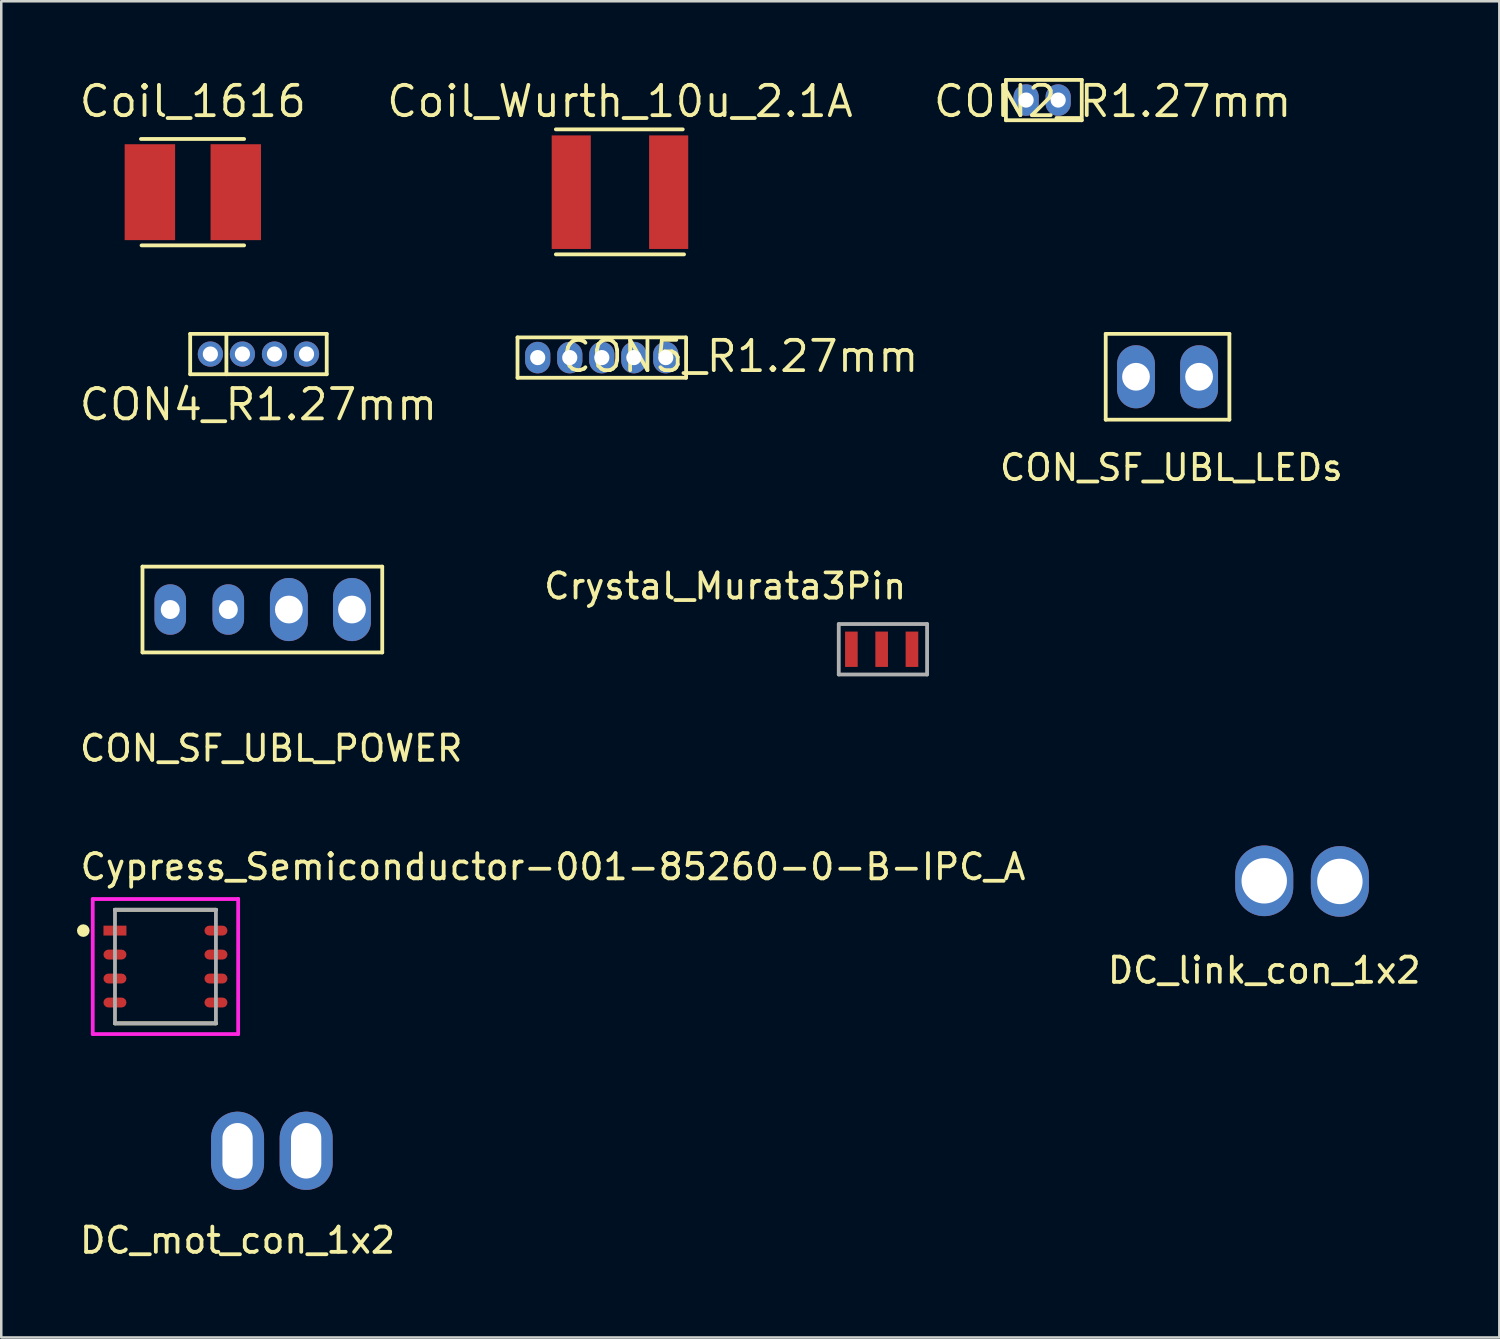
<source format=kicad_pcb>
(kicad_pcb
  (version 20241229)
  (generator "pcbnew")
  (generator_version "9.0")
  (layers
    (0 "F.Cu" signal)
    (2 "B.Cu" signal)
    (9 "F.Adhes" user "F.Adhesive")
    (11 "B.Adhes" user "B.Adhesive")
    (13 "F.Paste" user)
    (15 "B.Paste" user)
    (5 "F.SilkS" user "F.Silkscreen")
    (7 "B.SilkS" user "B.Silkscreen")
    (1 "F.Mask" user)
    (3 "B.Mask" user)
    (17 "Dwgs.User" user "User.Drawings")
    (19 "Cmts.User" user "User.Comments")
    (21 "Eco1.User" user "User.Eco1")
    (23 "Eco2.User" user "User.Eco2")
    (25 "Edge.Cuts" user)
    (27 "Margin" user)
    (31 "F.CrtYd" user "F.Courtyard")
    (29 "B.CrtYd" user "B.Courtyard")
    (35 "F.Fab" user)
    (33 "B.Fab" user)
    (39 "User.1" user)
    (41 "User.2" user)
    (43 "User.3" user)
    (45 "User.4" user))
  (footprint "CON_SF_UBL_POWER"
    (layer "F.Cu")
    (at 7.696 26.102)
    (property "Reference" "CON_SF_UBL_POWER" (at 0 0.5 0) (layer "F.SilkS") (effects (font (size 1 1) (thickness 0.15))))
    (attr through_hole)
    (fp_line (start -5.1 -6.7) (end 4.4 -6.7) (stroke (width 0.15) (type solid)) (layer "F.SilkS"))
    (fp_line (start -5.1 -3.3) (end -5.1 -6.7) (stroke (width 0.15) (type solid)) (layer "F.SilkS"))
    (fp_line (start 4.4 -6.7) (end 4.4 -3.3) (stroke (width 0.15) (type solid)) (layer "F.SilkS"))
    (fp_line (start 4.4 -3.3) (end -5.1 -3.3) (stroke (width 0.15) (type solid)) (layer "F.SilkS"))
    (pad "1" thru_hole oval (at -4 -5) (size 1.25 2) (drill 0.75) (layers "*.Cu" "*.Mask"))
    (pad "2" thru_hole oval (at -1.7 -5) (size 1.25 2) (drill 0.75) (layers "*.Cu" "*.Mask"))
    (pad "3" thru_hole oval (at 0.7 -5) (size 1.5 2.5) (drill 1.1) (layers "*.Cu" "*.Mask"))
    (pad "4" thru_hole oval (at 3.2 -5) (size 1.5 2.5) (drill 1.1) (layers "*.Cu" "*.Mask")))
  (footprint "Coil_1616"
    (layer "F.Cu")
    (at 4.591 4.565)
    (property "Reference" "Coil_1616" (at 0 -3.6 0) (layer "F.SilkS") (effects (font (size 1.2 1.2) (thickness 0.15))))
    (attr through_hole)
    (fp_line (start -2.033 2.108) (end 2.032 2.108) (stroke (width 0.15) (type solid)) (layer "F.SilkS"))
    (fp_line (start 2.032 -2.108) (end -2.057 -2.108) (stroke (width 0.15) (type solid)) (layer "F.SilkS"))
    (pad "1" smd rect (at -1.702 0 270) (size 3.8 2) (layers "F.Cu" "F.Mask" "F.Paste"))
    (pad "2" smd rect (at 1.702 0 270) (size 3.8 2) (layers "F.Cu" "F.Mask" "F.Paste")))
  (footprint "Crystal_Murata3Pin"
    (layer "F.Cu")
    (at 30.685 22.676)
    (property "Reference" "Crystal_Murata3Pin" (at -5 -2.5 0) (layer "F.SilkS") (effects (font (size 1 1) (thickness 0.15))))
    (attr through_hole)
    (fp_line (start -0.5 -1) (end -0.5 1) (stroke (width 0.15) (type solid)) (layer "F.Fab"))
    (fp_line (start -0.5 1) (end 3 1) (stroke (width 0.15) (type solid)) (layer "F.Fab"))
    (fp_line (start 3 -1) (end -0.5 -1) (stroke (width 0.15) (type solid)) (layer "F.Fab"))
    (fp_line (start 3 1) (end 3 -1) (stroke (width 0.15) (type solid)) (layer "F.Fab"))
    (pad "1" smd rect (at 0 0) (size 0.5 1.4) (layers "F.Cu" "F.Mask" "F.Paste"))
    (pad "2" smd rect (at 1.2 0) (size 0.5 1.4) (layers "F.Cu" "F.Mask" "F.Paste"))
    (pad "3" smd rect (at 2.4 0) (size 0.5 1.4) (layers "F.Cu" "F.Mask" "F.Paste")))
  (footprint "CON_SF_UBL_LEDs"
    (layer "F.Cu")
    (at 43.363 14.979)
    (property "Reference" "CON_SF_UBL_LEDs" (at 0 0.5 0) (layer "F.SilkS") (effects (font (size 1 1) (thickness 0.15))))
    (attr through_hole)
    (fp_line (start -2.6 -4.8) (end 2.3 -4.8) (stroke (width 0.15) (type solid)) (layer "F.SilkS"))
    (fp_line (start -2.6 -1.4) (end -2.6 -4.8) (stroke (width 0.15) (type solid)) (layer "F.SilkS"))
    (fp_line (start 2.3 -4.8) (end 2.3 -1.4) (stroke (width 0.15) (type solid)) (layer "F.SilkS"))
    (fp_line (start 2.3 -1.4) (end -2.6 -1.4) (stroke (width 0.15) (type solid)) (layer "F.SilkS"))
    (pad "1" thru_hole oval (at -1.4 -3.1) (size 1.5 2.5) (drill 1.1) (layers "*.Cu" "*.Mask"))
    (pad "2" thru_hole oval (at 1.1 -3.1) (size 1.5 2.5) (drill 1.1) (layers "*.Cu" "*.Mask")))
  (footprint "DC_link_con_1x2"
    (layer "F.Cu")
    (at 47.044 34.899)
    (property "Reference" "DC_link_con_1x2" (at 0 0.5 0) (layer "F.SilkS") (effects (font (size 1 1) (thickness 0.15))))
    (attr through_hole)
    (pad "1" thru_hole oval (at 0 -3.048) (size 2.3 2.8) (drill oval 1.8) (layers "*.Cu" "*.Mask"))
    (pad "2" thru_hole oval (at 2.997 -3.023) (size 2.3 2.8) (drill oval 1.8) (layers "*.Cu" "*.Mask")))
  (footprint "CON4_R1.27mm"
    (layer "F.Cu")
    (at 7.191 10.979)
    (property "Reference" "CON4_R1.27mm" (at 0 2 0) (layer "F.SilkS") (effects (font (size 1.2 1.2) (thickness 0.15))))
    (attr through_hole)
    (fp_line (start -2.705 -0.8) (end 2.705 -0.8) (stroke (width 0.15) (type solid)) (layer "F.SilkS"))
    (fp_line (start -2.705 0.8) (end -2.705 -0.8) (stroke (width 0.15) (type solid)) (layer "F.SilkS"))
    (fp_line (start -1.27 -0.8) (end -1.27 0.8) (stroke (width 0.15) (type solid)) (layer "F.SilkS"))
    (fp_line (start 2.705 -0.8) (end 2.705 0.8) (stroke (width 0.15) (type solid)) (layer "F.SilkS"))
    (fp_line (start 2.705 0.8) (end -2.705 0.8) (stroke (width 0.15) (type solid)) (layer "F.SilkS"))
    (pad "1" thru_hole circle (at -1.905 0) (size 1 1) (drill 0.6) (layers "*.Cu" "*.Mask"))
    (pad "2" thru_hole circle (at -0.635 0) (size 1 1) (drill 0.6) (layers "*.Cu" "*.Mask"))
    (pad "3" thru_hole circle (at 0.635 0) (size 1 1) (drill 0.6) (layers "*.Cu" "*.Mask"))
    (pad "4" thru_hole circle (at 1.905 0) (size 1 1) (drill 0.6) (layers "*.Cu" "*.Mask")))
  (footprint "Coil_Wurth_10u_2.1A"
    (layer "F.Cu")
    (at 21.515 4.565)
    (property "Reference" "Coil_Wurth_10u_2.1A" (at 0 -3.6 0) (layer "F.SilkS") (effects (font (size 1.2 1.2) (thickness 0.15))))
    (attr through_hole)
    (fp_line (start -2.54 2.464) (end 2.54 2.464) (stroke (width 0.15) (type solid)) (layer "F.SilkS"))
    (fp_line (start 2.489 -2.489) (end -2.54 -2.489) (stroke (width 0.15) (type solid)) (layer "F.SilkS"))
    (pad "1" smd rect (at -1.93 0 270) (size 4.5 1.55) (layers "F.Cu" "F.Mask" "F.Paste"))
    (pad "2" smd rect (at 1.93 0 270) (size 4.5 1.55) (layers "F.Cu" "F.Mask" "F.Paste")))
  (footprint "CON2_R1.27mm"
    (layer "F.Cu")
    (at 38.264 0.915)
    (property "Reference" "CON2_R1.27mm" (at 2.775 0.05 0) (layer "F.SilkS") (effects (font (size 1.2 1.2) (thickness 0.15))))
    (attr through_hole)
    (fp_line (start -1.455 -0.8) (end 1.55 -0.8) (stroke (width 0.15) (type solid)) (layer "F.SilkS"))
    (fp_line (start -1.455 0.8) (end -1.455 -0.8) (stroke (width 0.15) (type solid)) (layer "F.SilkS"))
    (fp_line (start 1.55 -0.8) (end 1.55 0.8) (stroke (width 0.15) (type solid)) (layer "F.SilkS"))
    (fp_line (start 1.55 0.8) (end -1.455 0.8) (stroke (width 0.15) (type solid)) (layer "F.SilkS"))
    (pad "1" thru_hole oval (at -0.655 0) (size 1 1.25) (drill 0.6) (layers "*.Cu" "*.Mask"))
    (pad "2" thru_hole oval (at 0.615 0) (size 1 1.25) (drill 0.6) (layers "*.Cu" "*.Mask")))
  (footprint "DC_mot_con_1x2"
    (layer "F.Cu")
    (at 6.363 45.597)
    (property "Reference" "DC_mot_con_1x2" (at 0 0.5 0) (layer "F.SilkS") (effects (font (size 1 1) (thickness 0.15))))
    (attr through_hole)
    (pad "1" thru_hole oval (at 0 -3.048) (size 2.1 3.1) (drill oval 1.2 2.2) (layers "*.Cu" "*.Mask"))
    (pad "2" thru_hole oval (at 2.718 -3.048) (size 2.1 3.1) (drill oval 1.2 2.2) (layers "*.Cu" "*.Mask")))
  (footprint "Cypress_Semiconductor-001-85260-0-B-IPC_A"
    (layer "F.Cu")
    (at 3.506 35.249)
    (property "Reference" "Cypress_Semiconductor-001-85260-0-B-IPC_A" (at -3.456 -3.95 0) (layer "F.SilkS") (effects (font (size 1 1) (thickness 0.15)) (justify left)))
    (attr through_hole)
    (fp_line (start -2 -2.25) (end -2 -2.25) (stroke (width 0.15) (type solid)) (layer "F.SilkS"))
    (fp_line (start -2 -2.25) (end 2 -2.25) (stroke (width 0.15) (type solid)) (layer "F.SilkS"))
    (fp_line (start -2 2.25) (end -2 2.25) (stroke (width 0.15) (type solid)) (layer "F.SilkS"))
    (fp_line (start -2 2.25) (end 2 2.25) (stroke (width 0.15) (type solid)) (layer "F.SilkS"))
    (fp_line (start 2 -2.25) (end 2 -2.25) (stroke (width 0.15) (type solid)) (layer "F.SilkS"))
    (fp_line (start 2 2.25) (end 2 2.25) (stroke (width 0.15) (type solid)) (layer "F.SilkS"))
    (fp_circle (center -3.256 -1.425) (end -3.131 -1.425) (stroke (width 0.25) (type solid)) (fill no) (layer "F.SilkS"))
    (fp_line (start -2.881 -2.675) (end -2.881 2.675) (stroke (width 0.15) (type solid)) (layer "F.CrtYd"))
    (fp_line (start -2.881 2.675) (end 2.881 2.675) (stroke (width 0.15) (type solid)) (layer "F.CrtYd"))
    (fp_line (start 2.881 -2.675) (end -2.881 -2.675) (stroke (width 0.15) (type solid)) (layer "F.CrtYd"))
    (fp_line (start 2.881 -2.675) (end 2.881 -2.675) (stroke (width 0.15) (type solid)) (layer "F.CrtYd"))
    (fp_line (start 2.881 2.675) (end 2.881 -2.675) (stroke (width 0.15) (type solid)) (layer "F.CrtYd"))
    (fp_line (start -2 -2.25) (end 2 -2.25) (stroke (width 0.15) (type solid)) (layer "F.Fab"))
    (fp_line (start -2 2.25) (end -2 -2.25) (stroke (width 0.15) (type solid)) (layer "F.Fab"))
    (fp_line (start 2 -2.25) (end 2 2.25) (stroke (width 0.15) (type solid)) (layer "F.Fab"))
    (fp_line (start 2 2.25) (end -2 2.25) (stroke (width 0.15) (type solid)) (layer "F.Fab"))
    (pad "1" smd rect (at -2.001 -1.425) (size 0.91 0.392) (layers "F.Cu" "F.Mask" "F.Paste"))
    (pad "2" smd roundrect (at -2.001 -0.475) (size 0.91 0.392) (layers "F.Cu" "F.Mask" "F.Paste") (roundrect_rratio 0.5))
    (pad "3" smd roundrect (at -2.001 0.475) (size 0.91 0.392) (layers "F.Cu" "F.Mask" "F.Paste") (roundrect_rratio 0.5))
    (pad "4" smd roundrect (at -2.001 1.425) (size 0.91 0.392) (layers "F.Cu" "F.Mask" "F.Paste") (roundrect_rratio 0.5))
    (pad "5" smd roundrect (at 2.001 1.425) (size 0.91 0.392) (layers "F.Cu" "F.Mask" "F.Paste") (roundrect_rratio 0.5))
    (pad "6" smd roundrect (at 2.001 0.475) (size 0.91 0.392) (layers "F.Cu" "F.Mask" "F.Paste") (roundrect_rratio 0.5))
    (pad "7" smd roundrect (at 2.001 -0.475) (size 0.91 0.392) (layers "F.Cu" "F.Mask" "F.Paste") (roundrect_rratio 0.5))
    (pad "8" smd roundrect (at 2.001 -1.425) (size 0.91 0.392) (layers "F.Cu" "F.Mask" "F.Paste") (roundrect_rratio 0.5)))
  (footprint "CON5_R1.27mm"
    (layer "F.Cu")
    (at 20.161 11.119)
    (property "Reference" "CON5_R1.27mm" (at 6.1 -0.05 0) (layer "F.SilkS") (effects (font (size 1.2 1.2) (thickness 0.15))))
    (attr through_hole)
    (fp_line (start -2.705 -0.8) (end 3.95 -0.8) (stroke (width 0.15) (type solid)) (layer "F.SilkS"))
    (fp_line (start -2.705 0.8) (end -2.705 -0.8) (stroke (width 0.15) (type solid)) (layer "F.SilkS"))
    (fp_line (start 3.975 -0.8) (end 3.975 0.8) (stroke (width 0.15) (type solid)) (layer "F.SilkS"))
    (fp_line (start 3.975 0.8) (end -2.705 0.8) (stroke (width 0.15) (type solid)) (layer "F.SilkS"))
    (pad "1" thru_hole oval (at -1.905 0) (size 1 1.25) (drill 0.6) (layers "*.Cu" "*.Mask"))
    (pad "2" thru_hole oval (at -0.635 0) (size 1 1.25) (drill 0.6) (layers "*.Cu" "*.Mask"))
    (pad "3" thru_hole oval (at 0.635 0) (size 1 1.25) (drill 0.6) (layers "*.Cu" "*.Mask"))
    (pad "4" thru_hole oval (at 1.905 0) (size 1 1.25) (drill 0.6) (layers "*.Cu" "*.Mask"))
    (pad "5" thru_hole oval (at 3.17 0) (size 1 1.25) (drill 0.6) (layers "*.Cu" "*.Mask")))
  (gr_rect
    (start -3 -3)
    (end 56.36 49.945)
    (stroke (width 0.1) (type default))
    (fill no)
    (layer "Edge.Cuts")))
</source>
